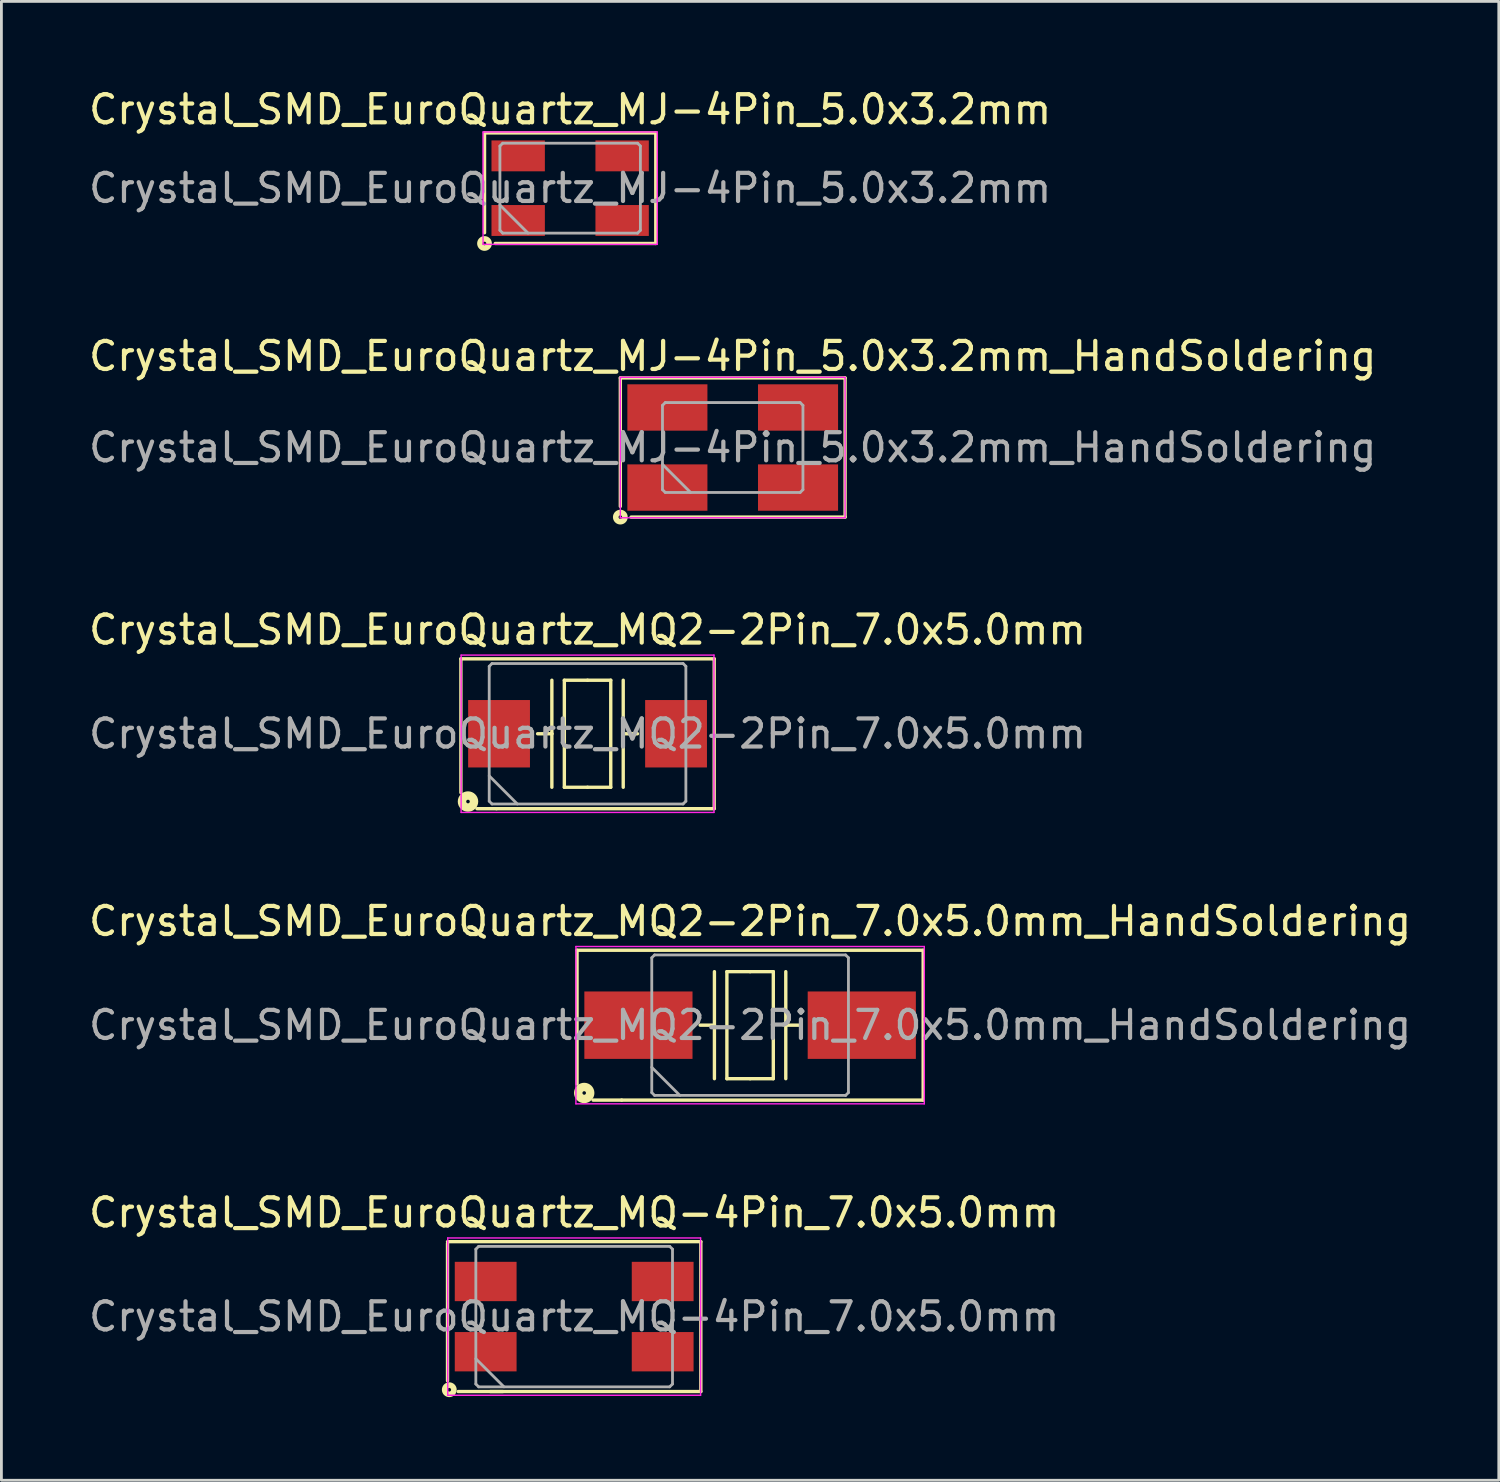
<source format=kicad_pcb>
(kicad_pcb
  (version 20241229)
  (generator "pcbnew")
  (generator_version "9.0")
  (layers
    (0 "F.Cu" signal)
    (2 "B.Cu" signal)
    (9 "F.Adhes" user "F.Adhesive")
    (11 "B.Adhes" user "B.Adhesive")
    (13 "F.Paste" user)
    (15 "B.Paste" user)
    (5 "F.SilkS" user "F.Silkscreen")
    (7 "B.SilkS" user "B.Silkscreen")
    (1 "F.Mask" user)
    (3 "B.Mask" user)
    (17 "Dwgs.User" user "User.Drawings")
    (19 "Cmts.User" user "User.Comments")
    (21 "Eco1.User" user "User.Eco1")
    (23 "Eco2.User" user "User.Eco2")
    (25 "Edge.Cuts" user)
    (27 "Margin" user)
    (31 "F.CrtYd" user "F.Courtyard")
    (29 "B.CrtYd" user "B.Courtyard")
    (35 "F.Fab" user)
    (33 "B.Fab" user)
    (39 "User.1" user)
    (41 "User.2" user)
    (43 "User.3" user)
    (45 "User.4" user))
  (footprint "Crystal_SMD_EuroQuartz_MQ2-2Pin_7.0x5.0mm"
    (layer "F.Cu")
    (at 17.863 23.067)
    (property "Reference" "Crystal_SMD_EuroQuartz_MQ2-2Pin_7.0x5.0mm" (at 0 -3.7 0) (layer "F.SilkS") (effects (font (size 1 1) (thickness 0.15))))
    (attr smd)
    (fp_line (start -4.508 -2.667) (end -4.508 2.095) (stroke (width 0.12) (type solid)) (layer "F.SilkS"))
    (fp_line (start -4.508 -2.667) (end 4.508 -2.667) (stroke (width 0.12) (type solid)) (layer "F.SilkS"))
    (fp_line (start -3.239 2.667) (end -3.937 2.667) (stroke (width 0.12) (type solid)) (layer "F.SilkS"))
    (fp_line (start -1.778 0) (end -1.27 0) (stroke (width 0.12) (type solid)) (layer "F.SilkS"))
    (fp_line (start -1.27 0) (end -1.27 -1.905) (stroke (width 0.12) (type solid)) (layer "F.SilkS"))
    (fp_line (start -1.27 0) (end -1.27 1.905) (stroke (width 0.12) (type solid)) (layer "F.SilkS"))
    (fp_line (start -0.826 -1.905) (end -0.826 1.905) (stroke (width 0.12) (type solid)) (layer "F.SilkS"))
    (fp_line (start -0.826 -1.905) (end 0 -1.905) (stroke (width 0.12) (type solid)) (layer "F.SilkS"))
    (fp_line (start -0.826 1.905) (end 0 1.905) (stroke (width 0.12) (type solid)) (layer "F.SilkS"))
    (fp_line (start 0.826 -1.905) (end 0 -1.905) (stroke (width 0.12) (type solid)) (layer "F.SilkS"))
    (fp_line (start 0.826 1.905) (end 0 1.905) (stroke (width 0.12) (type solid)) (layer "F.SilkS"))
    (fp_line (start 0.826 1.905) (end 0.826 -1.905) (stroke (width 0.12) (type solid)) (layer "F.SilkS"))
    (fp_line (start 1.27 0) (end 1.27 -1.905) (stroke (width 0.12) (type solid)) (layer "F.SilkS"))
    (fp_line (start 1.27 0) (end 1.27 1.905) (stroke (width 0.12) (type solid)) (layer "F.SilkS"))
    (fp_line (start 1.778 0) (end 1.27 0) (stroke (width 0.12) (type solid)) (layer "F.SilkS"))
    (fp_line (start 4.508 -2.667) (end 4.508 2.667) (stroke (width 0.12) (type solid)) (layer "F.SilkS"))
    (fp_line (start 4.508 2.667) (end -3.239 2.667) (stroke (width 0.12) (type solid)) (layer "F.SilkS"))
    (fp_circle (center -4.255 2.413) (end -4.191 2.413) (stroke (width 0.3) (type solid)) (fill no) (layer "F.SilkS"))
    (fp_line (start -4.5 -2.8) (end -4.5 2.8) (stroke (width 0.05) (type solid)) (layer "F.CrtYd"))
    (fp_line (start -4.5 2.8) (end 4.5 2.8) (stroke (width 0.05) (type solid)) (layer "F.CrtYd"))
    (fp_line (start 4.5 -2.8) (end -4.5 -2.8) (stroke (width 0.05) (type solid)) (layer "F.CrtYd"))
    (fp_line (start 4.5 2.8) (end 4.5 -2.8) (stroke (width 0.05) (type solid)) (layer "F.CrtYd"))
    (fp_line (start -3.5 -2.4) (end -3.4 -2.5) (stroke (width 0.1) (type solid)) (layer "F.Fab"))
    (fp_line (start -3.5 1.5) (end -2.5 2.5) (stroke (width 0.1) (type solid)) (layer "F.Fab"))
    (fp_line (start -3.5 2.4) (end -3.5 -2.4) (stroke (width 0.1) (type solid)) (layer "F.Fab"))
    (fp_line (start -3.4 -2.5) (end 3.4 -2.5) (stroke (width 0.1) (type solid)) (layer "F.Fab"))
    (fp_line (start -3.4 2.5) (end -3.5 2.4) (stroke (width 0.1) (type solid)) (layer "F.Fab"))
    (fp_line (start 3.4 -2.5) (end 3.5 -2.4) (stroke (width 0.1) (type solid)) (layer "F.Fab"))
    (fp_line (start 3.4 2.5) (end -3.4 2.5) (stroke (width 0.1) (type solid)) (layer "F.Fab"))
    (fp_line (start 3.5 -2.4) (end 3.5 2.4) (stroke (width 0.1) (type solid)) (layer "F.Fab"))
    (fp_line (start 3.5 2.4) (end 3.4 2.5) (stroke (width 0.1) (type solid)) (layer "F.Fab"))
    (fp_text user "${REFERENCE}" (at 0 0 0) (layer "F.Fab") (effects (font (size 1 1) (thickness 0.15))))
    (pad "1" smd rect (at -3.15 0) (size 2.2 2.4) (layers "F.Cu" "F.Mask" "F.Paste"))
    (pad "2" smd rect (at 3.15 0) (size 2.2 2.4) (layers "F.Cu" "F.Mask" "F.Paste")))
  (footprint "Crystal_SMD_EuroQuartz_MJ-4Pin_5.0x3.2mm_HandSoldering"
    (layer "F.Cu")
    (at 23.03 12.879)
    (property "Reference" "Crystal_SMD_EuroQuartz_MJ-4Pin_5.0x3.2mm_HandSoldering" (at 0 -3.25 0) (layer "F.SilkS") (effects (font (size 1 1) (thickness 0.15))))
    (attr smd)
    (fp_line (start -4 -2.477) (end 4 -2.477) (stroke (width 0.12) (type solid)) (layer "F.SilkS"))
    (fp_line (start -4 2.095) (end -4 -2.477) (stroke (width 0.12) (type solid)) (layer "F.SilkS"))
    (fp_line (start 4 -2.477) (end 4 2.477) (stroke (width 0.12) (type solid)) (layer "F.SilkS"))
    (fp_line (start 4 2.477) (end -3.619 2.477) (stroke (width 0.12) (type solid)) (layer "F.SilkS"))
    (fp_circle (center -4 2.477) (end -3.937 2.477) (stroke (width 0.2) (type solid)) (fill no) (layer "F.SilkS"))
    (fp_line (start -4 -2.5) (end -4 2.5) (stroke (width 0.05) (type solid)) (layer "F.CrtYd"))
    (fp_line (start -4 2.5) (end 4 2.5) (stroke (width 0.05) (type solid)) (layer "F.CrtYd"))
    (fp_line (start 4 -2.5) (end -4 -2.5) (stroke (width 0.05) (type solid)) (layer "F.CrtYd"))
    (fp_line (start 4 2.5) (end 4 -2.5) (stroke (width 0.05) (type solid)) (layer "F.CrtYd"))
    (fp_line (start -2.5 -1.5) (end -2.4 -1.6) (stroke (width 0.1) (type solid)) (layer "F.Fab"))
    (fp_line (start -2.5 0.6) (end -1.5 1.6) (stroke (width 0.1) (type solid)) (layer "F.Fab"))
    (fp_line (start -2.5 1.5) (end -2.5 -1.5) (stroke (width 0.1) (type solid)) (layer "F.Fab"))
    (fp_line (start -2.4 -1.6) (end 2.4 -1.6) (stroke (width 0.1) (type solid)) (layer "F.Fab"))
    (fp_line (start -2.4 1.6) (end -2.5 1.5) (stroke (width 0.1) (type solid)) (layer "F.Fab"))
    (fp_line (start 2.4 -1.6) (end 2.5 -1.5) (stroke (width 0.1) (type solid)) (layer "F.Fab"))
    (fp_line (start 2.4 1.6) (end -2.4 1.6) (stroke (width 0.1) (type solid)) (layer "F.Fab"))
    (fp_line (start 2.5 -1.5) (end 2.5 1.5) (stroke (width 0.1) (type solid)) (layer "F.Fab"))
    (fp_line (start 2.5 1.5) (end 2.4 1.6) (stroke (width 0.1) (type solid)) (layer "F.Fab"))
    (fp_text user "${REFERENCE}" (at 0 0 0) (layer "F.Fab") (effects (font (size 1 1) (thickness 0.15))))
    (pad "1" smd rect (at -2.325 1.425) (size 2.85 1.65) (layers "F.Cu" "F.Mask" "F.Paste"))
    (pad "2" smd rect (at 2.325 1.425) (size 2.85 1.65) (layers "F.Cu" "F.Mask" "F.Paste"))
    (pad "3" smd rect (at 2.325 -1.425) (size 2.85 1.65) (layers "F.Cu" "F.Mask" "F.Paste"))
    (pad "4" smd rect (at -2.325 -1.425) (size 2.85 1.65) (layers "F.Cu" "F.Mask" "F.Paste")))
  (footprint "Crystal_SMD_EuroQuartz_MQ2-2Pin_7.0x5.0mm_HandSoldering"
    (layer "F.Cu")
    (at 23.649 33.44)
    (property "Reference" "Crystal_SMD_EuroQuartz_MQ2-2Pin_7.0x5.0mm_HandSoldering" (at 0 -3.7 0) (layer "F.SilkS") (effects (font (size 1 1) (thickness 0.15))))
    (attr smd)
    (fp_line (start -6.16 -2.667) (end -6.16 2.095) (stroke (width 0.12) (type solid)) (layer "F.SilkS"))
    (fp_line (start -6.16 -2.667) (end 6.16 -2.667) (stroke (width 0.12) (type solid)) (layer "F.SilkS"))
    (fp_line (start -4.572 2.667) (end -5.588 2.667) (stroke (width 0.12) (type solid)) (layer "F.SilkS"))
    (fp_line (start -1.778 0) (end -1.27 0) (stroke (width 0.12) (type solid)) (layer "F.SilkS"))
    (fp_line (start -1.27 0) (end -1.27 -1.905) (stroke (width 0.12) (type solid)) (layer "F.SilkS"))
    (fp_line (start -1.27 0) (end -1.27 1.905) (stroke (width 0.12) (type solid)) (layer "F.SilkS"))
    (fp_line (start -0.826 -1.905) (end -0.826 1.905) (stroke (width 0.12) (type solid)) (layer "F.SilkS"))
    (fp_line (start -0.826 -1.905) (end 0 -1.905) (stroke (width 0.12) (type solid)) (layer "F.SilkS"))
    (fp_line (start -0.826 1.905) (end 0 1.905) (stroke (width 0.12) (type solid)) (layer "F.SilkS"))
    (fp_line (start 0.826 -1.905) (end 0 -1.905) (stroke (width 0.12) (type solid)) (layer "F.SilkS"))
    (fp_line (start 0.826 1.905) (end 0 1.905) (stroke (width 0.12) (type solid)) (layer "F.SilkS"))
    (fp_line (start 0.826 1.905) (end 0.826 -1.905) (stroke (width 0.12) (type solid)) (layer "F.SilkS"))
    (fp_line (start 1.27 0) (end 1.27 -1.905) (stroke (width 0.12) (type solid)) (layer "F.SilkS"))
    (fp_line (start 1.27 0) (end 1.27 1.905) (stroke (width 0.12) (type solid)) (layer "F.SilkS"))
    (fp_line (start 1.778 0) (end 1.27 0) (stroke (width 0.12) (type solid)) (layer "F.SilkS"))
    (fp_line (start 6.16 -2.667) (end 6.16 2.667) (stroke (width 0.12) (type solid)) (layer "F.SilkS"))
    (fp_line (start 6.16 2.667) (end -4.572 2.667) (stroke (width 0.12) (type solid)) (layer "F.SilkS"))
    (fp_circle (center -5.905 2.413) (end -5.842 2.413) (stroke (width 0.3) (type solid)) (fill no) (layer "F.SilkS"))
    (fp_line (start -6.2 -2.8) (end -6.2 2.8) (stroke (width 0.05) (type solid)) (layer "F.CrtYd"))
    (fp_line (start -6.2 2.8) (end 6.2 2.8) (stroke (width 0.05) (type solid)) (layer "F.CrtYd"))
    (fp_line (start 6.2 -2.8) (end -6.2 -2.8) (stroke (width 0.05) (type solid)) (layer "F.CrtYd"))
    (fp_line (start 6.2 2.8) (end 6.2 -2.8) (stroke (width 0.05) (type solid)) (layer "F.CrtYd"))
    (fp_line (start -3.5 -2.4) (end -3.4 -2.5) (stroke (width 0.1) (type solid)) (layer "F.Fab"))
    (fp_line (start -3.5 1.5) (end -2.5 2.5) (stroke (width 0.1) (type solid)) (layer "F.Fab"))
    (fp_line (start -3.5 2.4) (end -3.5 -2.4) (stroke (width 0.1) (type solid)) (layer "F.Fab"))
    (fp_line (start -3.4 -2.5) (end 3.4 -2.5) (stroke (width 0.1) (type solid)) (layer "F.Fab"))
    (fp_line (start -3.4 2.5) (end -3.5 2.4) (stroke (width 0.1) (type solid)) (layer "F.Fab"))
    (fp_line (start 3.4 -2.5) (end 3.5 -2.4) (stroke (width 0.1) (type solid)) (layer "F.Fab"))
    (fp_line (start 3.4 2.5) (end -3.4 2.5) (stroke (width 0.1) (type solid)) (layer "F.Fab"))
    (fp_line (start 3.5 -2.4) (end 3.5 2.4) (stroke (width 0.1) (type solid)) (layer "F.Fab"))
    (fp_line (start 3.5 2.4) (end 3.4 2.5) (stroke (width 0.1) (type solid)) (layer "F.Fab"))
    (fp_text user "${REFERENCE}" (at 0 0 0) (layer "F.Fab") (effects (font (size 1 1) (thickness 0.15))))
    (pad "1" smd rect (at -3.975 0) (size 3.85 2.4) (layers "F.Cu" "F.Mask" "F.Paste"))
    (pad "2" smd rect (at 3.975 0) (size 3.85 2.4) (layers "F.Cu" "F.Mask" "F.Paste")))
  (footprint "Crystal_SMD_EuroQuartz_MQ-4Pin_7.0x5.0mm"
    (layer "F.Cu")
    (at 17.387 43.813)
    (property "Reference" "Crystal_SMD_EuroQuartz_MQ-4Pin_7.0x5.0mm" (at 0 -3.7 0) (layer "F.SilkS") (effects (font (size 1 1) (thickness 0.15))))
    (attr smd)
    (fp_line (start -4.508 -2.667) (end 4.508 -2.667) (stroke (width 0.12) (type solid)) (layer "F.SilkS"))
    (fp_line (start -4.508 -2.603) (end -4.508 2.286) (stroke (width 0.12) (type solid)) (layer "F.SilkS"))
    (fp_line (start -2.54 2.667) (end -4.128 2.667) (stroke (width 0.12) (type solid)) (layer "F.SilkS"))
    (fp_line (start 4.508 -2.667) (end 4.508 2.667) (stroke (width 0.12) (type solid)) (layer "F.SilkS"))
    (fp_line (start 4.508 2.667) (end -2.985 2.667) (stroke (width 0.12) (type solid)) (layer "F.SilkS"))
    (fp_circle (center -4.445 2.603) (end -4.381 2.603) (stroke (width 0.2) (type solid)) (fill no) (layer "F.SilkS"))
    (fp_line (start -4.5 -2.8) (end -4.5 2.8) (stroke (width 0.05) (type solid)) (layer "F.CrtYd"))
    (fp_line (start -4.5 2.8) (end 4.5 2.8) (stroke (width 0.05) (type solid)) (layer "F.CrtYd"))
    (fp_line (start 4.5 -2.8) (end -4.5 -2.8) (stroke (width 0.05) (type solid)) (layer "F.CrtYd"))
    (fp_line (start 4.5 2.8) (end 4.5 -2.8) (stroke (width 0.05) (type solid)) (layer "F.CrtYd"))
    (fp_line (start -3.5 -2.4) (end -3.4 -2.5) (stroke (width 0.1) (type solid)) (layer "F.Fab"))
    (fp_line (start -3.5 1.5) (end -2.5 2.5) (stroke (width 0.1) (type solid)) (layer "F.Fab"))
    (fp_line (start -3.5 2.4) (end -3.5 -2.4) (stroke (width 0.1) (type solid)) (layer "F.Fab"))
    (fp_line (start -3.4 -2.5) (end 3.4 -2.5) (stroke (width 0.1) (type solid)) (layer "F.Fab"))
    (fp_line (start -3.4 2.5) (end -3.5 2.4) (stroke (width 0.1) (type solid)) (layer "F.Fab"))
    (fp_line (start 3.4 -2.5) (end 3.5 -2.4) (stroke (width 0.1) (type solid)) (layer "F.Fab"))
    (fp_line (start 3.4 2.5) (end -3.4 2.5) (stroke (width 0.1) (type solid)) (layer "F.Fab"))
    (fp_line (start 3.5 -2.4) (end 3.5 2.4) (stroke (width 0.1) (type solid)) (layer "F.Fab"))
    (fp_line (start 3.5 2.4) (end 3.4 2.5) (stroke (width 0.1) (type solid)) (layer "F.Fab"))
    (fp_text user "${REFERENCE}" (at 0 0 0) (layer "F.Fab") (effects (font (size 1 1) (thickness 0.15))))
    (pad "1" smd rect (at -3.15 1.25) (size 2.2 1.4) (layers "F.Cu" "F.Mask" "F.Paste"))
    (pad "2" smd rect (at 3.15 1.25) (size 2.2 1.4) (layers "F.Cu" "F.Mask" "F.Paste"))
    (pad "3" smd rect (at 3.15 -1.25) (size 2.2 1.4) (layers "F.Cu" "F.Mask" "F.Paste"))
    (pad "4" smd rect (at -3.15 -1.25) (size 2.2 1.4) (layers "F.Cu" "F.Mask" "F.Paste")))
  (footprint "Crystal_SMD_EuroQuartz_MJ-4Pin_5.0x3.2mm"
    (layer "F.Cu")
    (at 17.244 3.648)
    (property "Reference" "Crystal_SMD_EuroQuartz_MJ-4Pin_5.0x3.2mm" (at 0 -2.8 0) (layer "F.SilkS") (effects (font (size 1 1) (thickness 0.15))))
    (attr smd)
    (fp_line (start -3.048 -1.968) (end 3.048 -1.968) (stroke (width 0.12) (type solid)) (layer "F.SilkS"))
    (fp_line (start -3.048 1.587) (end -3.048 -1.968) (stroke (width 0.12) (type solid)) (layer "F.SilkS"))
    (fp_line (start 3.048 -1.968) (end 3.048 1.968) (stroke (width 0.12) (type solid)) (layer "F.SilkS"))
    (fp_line (start 3.048 1.968) (end -2.667 1.968) (stroke (width 0.12) (type solid)) (layer "F.SilkS"))
    (fp_circle (center -3.048 1.968) (end -2.985 1.968) (stroke (width 0.2) (type solid)) (fill no) (layer "F.SilkS"))
    (fp_line (start -3.1 -2) (end -3.1 2) (stroke (width 0.05) (type solid)) (layer "F.CrtYd"))
    (fp_line (start -3.1 2) (end 3.1 2) (stroke (width 0.05) (type solid)) (layer "F.CrtYd"))
    (fp_line (start 3.1 -2) (end -3.1 -2) (stroke (width 0.05) (type solid)) (layer "F.CrtYd"))
    (fp_line (start 3.1 2) (end 3.1 -2) (stroke (width 0.05) (type solid)) (layer "F.CrtYd"))
    (fp_line (start -2.5 -1.5) (end -2.4 -1.6) (stroke (width 0.1) (type solid)) (layer "F.Fab"))
    (fp_line (start -2.5 0.6) (end -1.5 1.6) (stroke (width 0.1) (type solid)) (layer "F.Fab"))
    (fp_line (start -2.5 1.5) (end -2.5 -1.5) (stroke (width 0.1) (type solid)) (layer "F.Fab"))
    (fp_line (start -2.4 -1.6) (end 2.4 -1.6) (stroke (width 0.1) (type solid)) (layer "F.Fab"))
    (fp_line (start -2.4 1.6) (end -2.5 1.5) (stroke (width 0.1) (type solid)) (layer "F.Fab"))
    (fp_line (start 2.4 -1.6) (end 2.5 -1.5) (stroke (width 0.1) (type solid)) (layer "F.Fab"))
    (fp_line (start 2.4 1.6) (end -2.4 1.6) (stroke (width 0.1) (type solid)) (layer "F.Fab"))
    (fp_line (start 2.5 -1.5) (end 2.5 1.5) (stroke (width 0.1) (type solid)) (layer "F.Fab"))
    (fp_line (start 2.5 1.5) (end 2.4 1.6) (stroke (width 0.1) (type solid)) (layer "F.Fab"))
    (fp_text user "${REFERENCE}" (at 0 0 0) (layer "F.Fab") (effects (font (size 1 1) (thickness 0.15))))
    (pad "1" smd rect (at -1.85 1.15) (size 1.9 1.1) (layers "F.Cu" "F.Mask" "F.Paste"))
    (pad "2" smd rect (at 1.85 1.15) (size 1.9 1.1) (layers "F.Cu" "F.Mask" "F.Paste"))
    (pad "3" smd rect (at 1.85 -1.15) (size 1.9 1.1) (layers "F.Cu" "F.Mask" "F.Paste"))
    (pad "4" smd rect (at -1.85 -1.15) (size 1.9 1.1) (layers "F.Cu" "F.Mask" "F.Paste")))
  (gr_rect
    (start -3 -3)
    (end 50.298 49.638)
    (stroke (width 0.1) (type default))
    (fill no)
    (layer "Edge.Cuts")))
</source>
